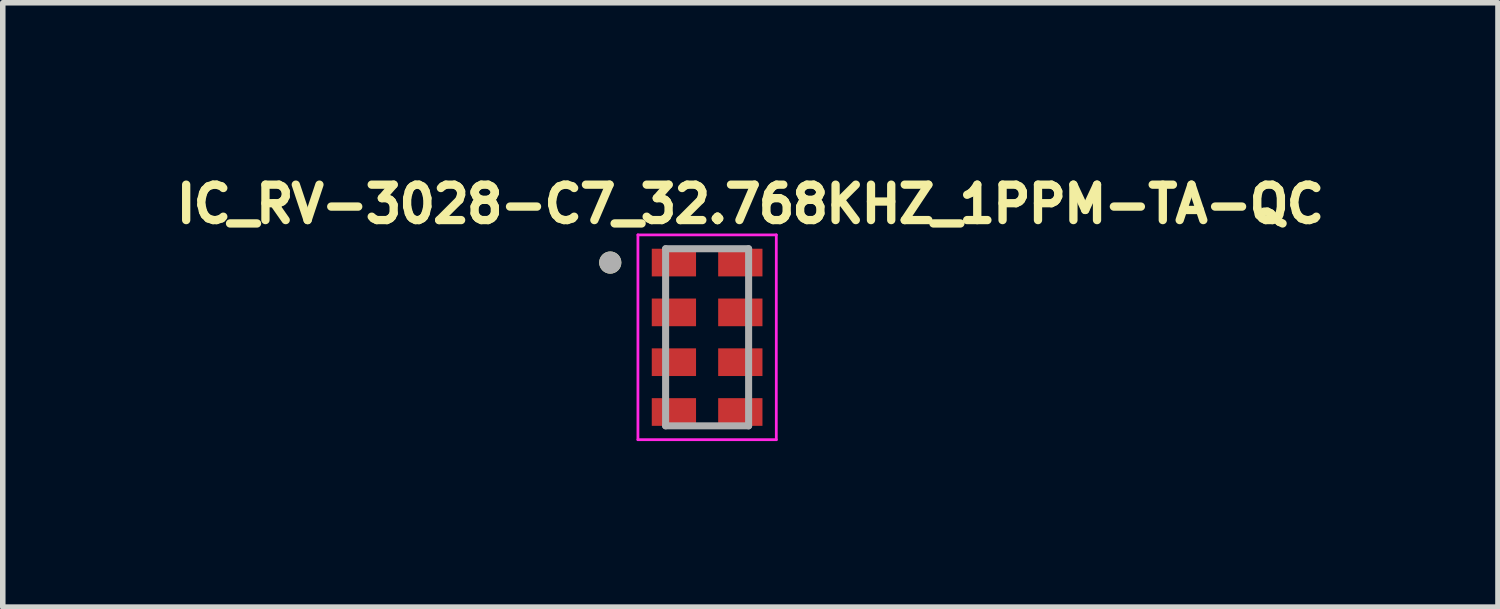
<source format=kicad_pcb>
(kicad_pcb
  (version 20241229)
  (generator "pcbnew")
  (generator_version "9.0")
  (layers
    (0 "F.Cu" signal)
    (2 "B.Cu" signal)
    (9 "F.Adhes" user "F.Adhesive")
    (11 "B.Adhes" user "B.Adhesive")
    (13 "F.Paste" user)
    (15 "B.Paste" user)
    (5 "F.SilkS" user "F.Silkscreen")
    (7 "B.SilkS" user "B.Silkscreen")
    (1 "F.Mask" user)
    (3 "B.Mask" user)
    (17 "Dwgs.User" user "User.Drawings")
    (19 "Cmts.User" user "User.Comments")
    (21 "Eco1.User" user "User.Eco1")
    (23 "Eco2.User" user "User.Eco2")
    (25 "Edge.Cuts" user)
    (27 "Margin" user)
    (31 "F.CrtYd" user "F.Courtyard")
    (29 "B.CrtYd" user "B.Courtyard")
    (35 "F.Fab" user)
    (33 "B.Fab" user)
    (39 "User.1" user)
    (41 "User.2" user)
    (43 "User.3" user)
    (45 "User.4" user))
  (footprint "IC_RV-3028-C7_32.768KHZ_1PPM-TA-QC"
    (layer "F.Cu")
    (at 9.726 3.044)
    (property "Reference" "IC_RV-3028-C7_32.768KHZ_1PPM-TA-QC" (at 0.782 -2.406 0) (layer "F.SilkS") (effects (font (size 0.64 0.64) (thickness 0.15))))
    (attr smd)
    (fp_circle (center -1.75 -1.35) (end -1.65 -1.35) (stroke (width 0.2) (type solid)) (fill no) (layer "F.SilkS"))
    (fp_line (start -1.25 -1.85) (end 1.25 -1.85) (stroke (width 0.05) (type solid)) (layer "F.CrtYd"))
    (fp_line (start -1.25 1.85) (end -1.25 -1.85) (stroke (width 0.05) (type solid)) (layer "F.CrtYd"))
    (fp_line (start 1.25 -1.85) (end 1.25 1.85) (stroke (width 0.05) (type solid)) (layer "F.CrtYd"))
    (fp_line (start 1.25 1.85) (end -1.25 1.85) (stroke (width 0.05) (type solid)) (layer "F.CrtYd"))
    (fp_line (start -0.75 -1.6) (end 0.75 -1.6) (stroke (width 0.127) (type solid)) (layer "F.Fab"))
    (fp_line (start -0.75 1.6) (end -0.75 -1.6) (stroke (width 0.127) (type solid)) (layer "F.Fab"))
    (fp_line (start 0.75 -1.6) (end 0.75 1.6) (stroke (width 0.127) (type solid)) (layer "F.Fab"))
    (fp_line (start 0.75 1.6) (end -0.75 1.6) (stroke (width 0.127) (type solid)) (layer "F.Fab"))
    (fp_circle (center -1.75 -1.35) (end -1.65 -1.35) (stroke (width 0.2) (type solid)) (fill no) (layer "F.Fab"))
    (pad "1" smd rect (at -0.6 -1.35) (size 0.8 0.5) (layers "F.Cu" "F.Mask" "F.Paste"))
    (pad "2" smd rect (at -0.6 -0.45) (size 0.8 0.5) (layers "F.Cu" "F.Mask" "F.Paste"))
    (pad "3" smd rect (at -0.6 0.45) (size 0.8 0.5) (layers "F.Cu" "F.Mask" "F.Paste"))
    (pad "4" smd rect (at -0.6 1.35) (size 0.8 0.5) (layers "F.Cu" "F.Mask" "F.Paste"))
    (pad "5" smd rect (at 0.6 1.35) (size 0.8 0.5) (layers "F.Cu" "F.Mask" "F.Paste"))
    (pad "6" smd rect (at 0.6 0.45) (size 0.8 0.5) (layers "F.Cu" "F.Mask" "F.Paste"))
    (pad "7" smd rect (at 0.6 -0.45) (size 0.8 0.5) (layers "F.Cu" "F.Mask" "F.Paste"))
    (pad "8" smd rect (at 0.6 -1.35) (size 0.8 0.5) (layers "F.Cu" "F.Mask" "F.Paste")))
  (gr_rect
    (start -3 -3)
    (end 24.015 7.919)
    (stroke (width 0.1) (type default))
    (fill no)
    (layer "Edge.Cuts")))
</source>
